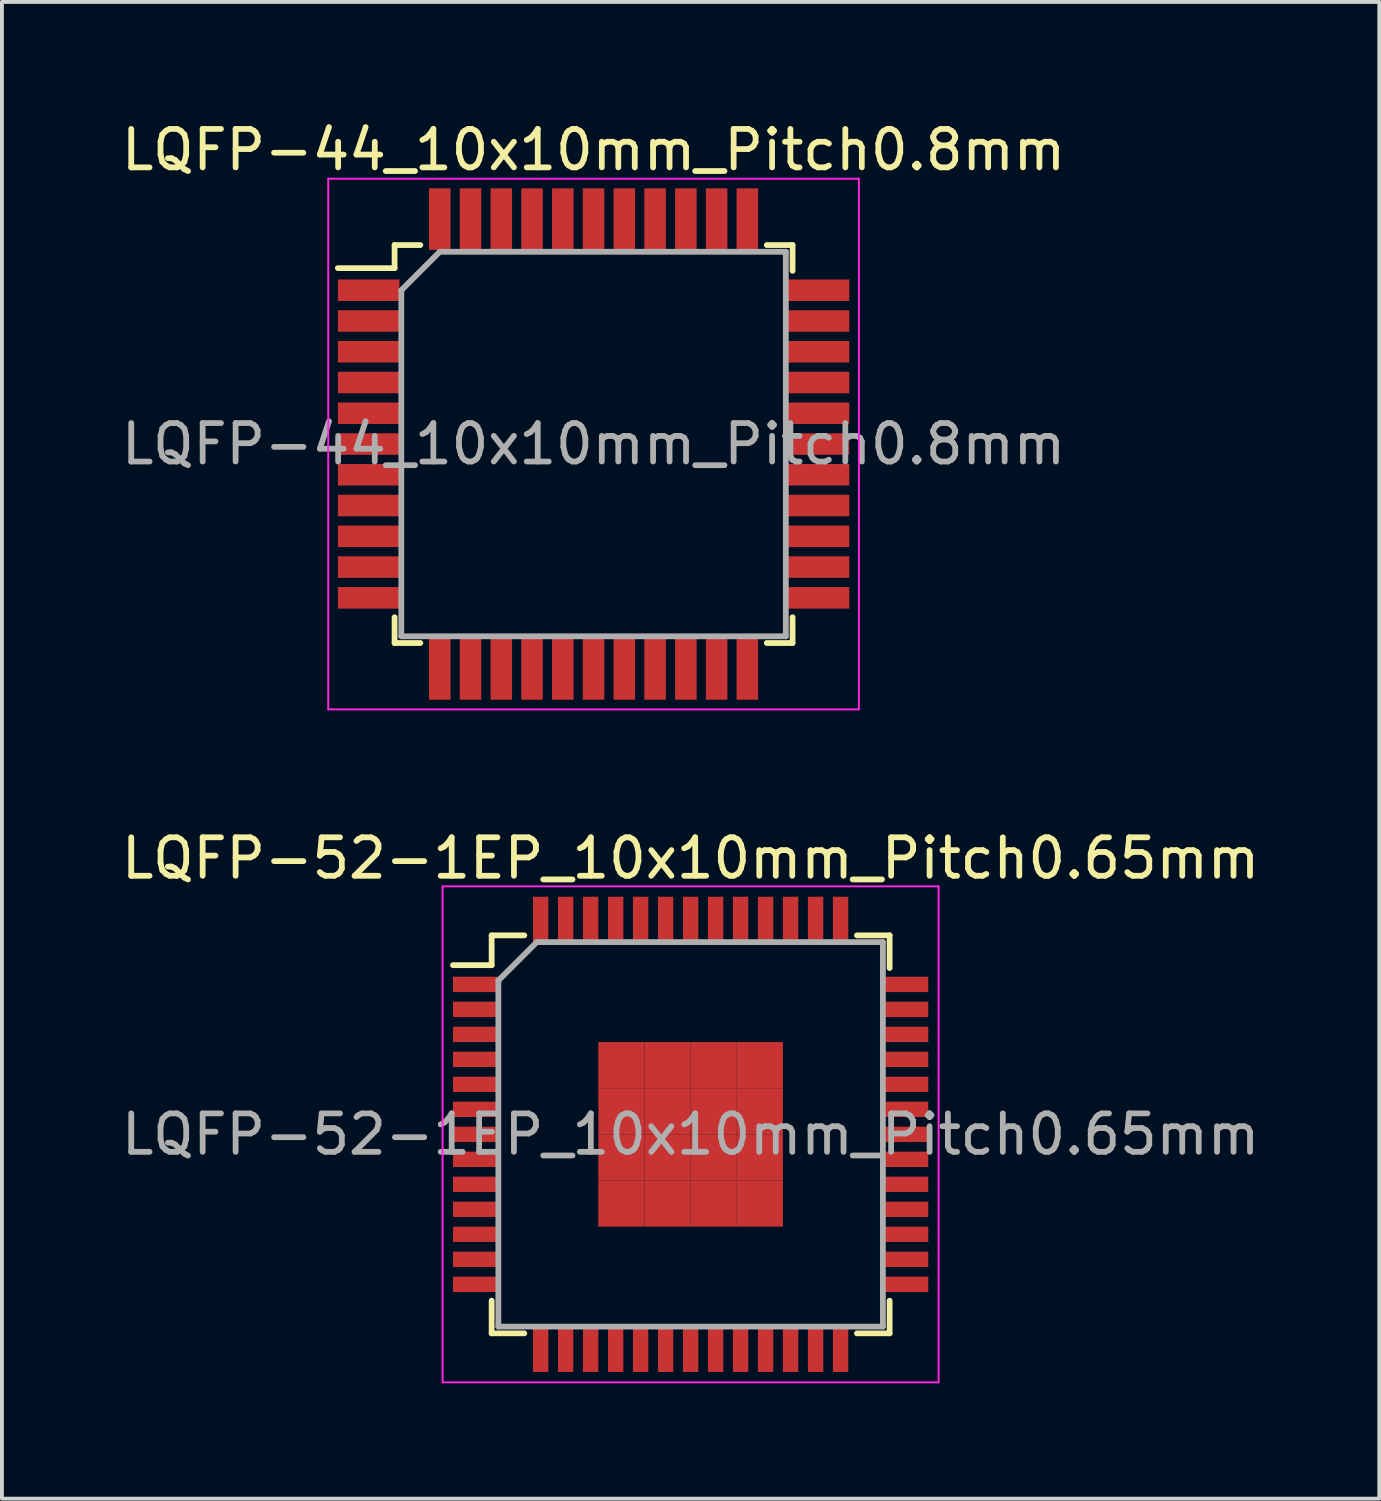
<source format=kicad_pcb>
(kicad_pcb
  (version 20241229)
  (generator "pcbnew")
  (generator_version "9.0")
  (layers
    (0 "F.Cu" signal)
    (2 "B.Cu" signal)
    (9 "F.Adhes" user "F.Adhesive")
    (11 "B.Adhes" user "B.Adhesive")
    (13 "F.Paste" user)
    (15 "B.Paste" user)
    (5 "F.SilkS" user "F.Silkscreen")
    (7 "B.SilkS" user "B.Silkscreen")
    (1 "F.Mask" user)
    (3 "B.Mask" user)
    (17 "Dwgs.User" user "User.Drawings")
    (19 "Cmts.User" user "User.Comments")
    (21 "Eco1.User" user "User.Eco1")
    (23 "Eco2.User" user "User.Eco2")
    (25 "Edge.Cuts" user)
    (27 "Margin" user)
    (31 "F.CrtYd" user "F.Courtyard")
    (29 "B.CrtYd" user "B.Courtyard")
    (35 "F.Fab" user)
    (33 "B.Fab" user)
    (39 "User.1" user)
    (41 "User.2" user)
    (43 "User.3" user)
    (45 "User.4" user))
  (footprint "LQFP-52-1EP_10x10mm_Pitch0.65mm"
    (layer "F.Cu")
    (at 14.911 26.451)
    (property "Reference" "LQFP-52-1EP_10x10mm_Pitch0.65mm" (at 0 -7.18 0) (layer "F.SilkS") (effects (font (size 1 1) (thickness 0.15))))
    (attr smd)
    (fp_line (start -5.175 -5.175) (end -5.175 -4.4) (stroke (width 0.15) (type solid)) (layer "F.SilkS"))
    (fp_line (start -5.175 -5.175) (end -4.325 -5.175) (stroke (width 0.15) (type solid)) (layer "F.SilkS"))
    (fp_line (start -5.175 -4.4) (end -6.18 -4.4) (stroke (width 0.15) (type solid)) (layer "F.SilkS"))
    (fp_line (start -5.175 5.175) (end -5.175 4.325) (stroke (width 0.15) (type solid)) (layer "F.SilkS"))
    (fp_line (start -5.175 5.175) (end -4.325 5.175) (stroke (width 0.15) (type solid)) (layer "F.SilkS"))
    (fp_line (start 5.175 -5.175) (end 4.325 -5.175) (stroke (width 0.15) (type solid)) (layer "F.SilkS"))
    (fp_line (start 5.175 -5.175) (end 5.175 -4.325) (stroke (width 0.15) (type solid)) (layer "F.SilkS"))
    (fp_line (start 5.175 5.175) (end 4.325 5.175) (stroke (width 0.15) (type solid)) (layer "F.SilkS"))
    (fp_line (start 5.175 5.175) (end 5.175 4.325) (stroke (width 0.15) (type solid)) (layer "F.SilkS"))
    (fp_line (start -6.45 -6.45) (end -6.45 6.45) (stroke (width 0.05) (type solid)) (layer "F.CrtYd"))
    (fp_line (start -6.45 -6.45) (end 6.45 -6.45) (stroke (width 0.05) (type solid)) (layer "F.CrtYd"))
    (fp_line (start -6.45 6.45) (end 6.45 6.45) (stroke (width 0.05) (type solid)) (layer "F.CrtYd"))
    (fp_line (start 6.45 -6.45) (end 6.45 6.45) (stroke (width 0.05) (type solid)) (layer "F.CrtYd"))
    (fp_line (start -5 -4) (end -4 -5) (stroke (width 0.15) (type solid)) (layer "F.Fab"))
    (fp_line (start -5 5) (end -5 -4) (stroke (width 0.15) (type solid)) (layer "F.Fab"))
    (fp_line (start -4 -5) (end 5 -5) (stroke (width 0.15) (type solid)) (layer "F.Fab"))
    (fp_line (start 5 -5) (end 5 5) (stroke (width 0.15) (type solid)) (layer "F.Fab"))
    (fp_line (start 5 5) (end -5 5) (stroke (width 0.15) (type solid)) (layer "F.Fab"))
    (fp_text user "${REFERENCE}" (at 0 0 0) (layer "F.Fab") (effects (font (size 1 1) (thickness 0.15))))
    (pad "1" smd rect (at -5.59 -3.9) (size 1.18 0.4) (layers "F.Cu" "F.Mask" "F.Paste"))
    (pad "2" smd rect (at -5.59 -3.25) (size 1.18 0.4) (layers "F.Cu" "F.Mask" "F.Paste"))
    (pad "3" smd rect (at -5.59 -2.6) (size 1.18 0.4) (layers "F.Cu" "F.Mask" "F.Paste"))
    (pad "4" smd rect (at -5.59 -1.95) (size 1.18 0.4) (layers "F.Cu" "F.Mask" "F.Paste"))
    (pad "5" smd rect (at -5.59 -1.3) (size 1.18 0.4) (layers "F.Cu" "F.Mask" "F.Paste"))
    (pad "6" smd rect (at -5.59 -0.65) (size 1.18 0.4) (layers "F.Cu" "F.Mask" "F.Paste"))
    (pad "7" smd rect (at -5.59 0) (size 1.18 0.4) (layers "F.Cu" "F.Mask" "F.Paste"))
    (pad "8" smd rect (at -5.59 0.65) (size 1.18 0.4) (layers "F.Cu" "F.Mask" "F.Paste"))
    (pad "9" smd rect (at -5.59 1.3) (size 1.18 0.4) (layers "F.Cu" "F.Mask" "F.Paste"))
    (pad "10" smd rect (at -5.59 1.95) (size 1.18 0.4) (layers "F.Cu" "F.Mask" "F.Paste"))
    (pad "11" smd rect (at -5.59 2.6) (size 1.18 0.4) (layers "F.Cu" "F.Mask" "F.Paste"))
    (pad "12" smd rect (at -5.59 3.25) (size 1.18 0.4) (layers "F.Cu" "F.Mask" "F.Paste"))
    (pad "13" smd rect (at -5.59 3.9) (size 1.18 0.4) (layers "F.Cu" "F.Mask" "F.Paste"))
    (pad "14" smd rect (at -3.9 5.59 90) (size 1.18 0.4) (layers "F.Cu" "F.Mask" "F.Paste"))
    (pad "15" smd rect (at -3.25 5.59 90) (size 1.18 0.4) (layers "F.Cu" "F.Mask" "F.Paste"))
    (pad "16" smd rect (at -2.6 5.59 90) (size 1.18 0.4) (layers "F.Cu" "F.Mask" "F.Paste"))
    (pad "17" smd rect (at -1.95 5.59 90) (size 1.18 0.4) (layers "F.Cu" "F.Mask" "F.Paste"))
    (pad "18" smd rect (at -1.3 5.59 90) (size 1.18 0.4) (layers "F.Cu" "F.Mask" "F.Paste"))
    (pad "19" smd rect (at -0.65 5.59 90) (size 1.18 0.4) (layers "F.Cu" "F.Mask" "F.Paste"))
    (pad "20" smd rect (at 0 5.59 90) (size 1.18 0.4) (layers "F.Cu" "F.Mask" "F.Paste"))
    (pad "21" smd rect (at 0.65 5.59 90) (size 1.18 0.4) (layers "F.Cu" "F.Mask" "F.Paste"))
    (pad "22" smd rect (at 1.3 5.59 90) (size 1.18 0.4) (layers "F.Cu" "F.Mask" "F.Paste"))
    (pad "23" smd rect (at 1.95 5.59 90) (size 1.18 0.4) (layers "F.Cu" "F.Mask" "F.Paste"))
    (pad "24" smd rect (at 2.6 5.59 90) (size 1.18 0.4) (layers "F.Cu" "F.Mask" "F.Paste"))
    (pad "25" smd rect (at 3.25 5.59 90) (size 1.18 0.4) (layers "F.Cu" "F.Mask" "F.Paste"))
    (pad "26" smd rect (at 3.9 5.59 90) (size 1.18 0.4) (layers "F.Cu" "F.Mask" "F.Paste"))
    (pad "27" smd rect (at 5.59 3.9) (size 1.18 0.4) (layers "F.Cu" "F.Mask" "F.Paste"))
    (pad "28" smd rect (at 5.59 3.25) (size 1.18 0.4) (layers "F.Cu" "F.Mask" "F.Paste"))
    (pad "29" smd rect (at 5.59 2.6) (size 1.18 0.4) (layers "F.Cu" "F.Mask" "F.Paste"))
    (pad "30" smd rect (at 5.59 1.95) (size 1.18 0.4) (layers "F.Cu" "F.Mask" "F.Paste"))
    (pad "31" smd rect (at 5.59 1.3) (size 1.18 0.4) (layers "F.Cu" "F.Mask" "F.Paste"))
    (pad "32" smd rect (at 5.59 0.65) (size 1.18 0.4) (layers "F.Cu" "F.Mask" "F.Paste"))
    (pad "33" smd rect (at 5.59 0) (size 1.18 0.4) (layers "F.Cu" "F.Mask" "F.Paste"))
    (pad "34" smd rect (at 5.59 -0.65) (size 1.18 0.4) (layers "F.Cu" "F.Mask" "F.Paste"))
    (pad "35" smd rect (at 5.59 -1.3) (size 1.18 0.4) (layers "F.Cu" "F.Mask" "F.Paste"))
    (pad "36" smd rect (at 5.59 -1.95) (size 1.18 0.4) (layers "F.Cu" "F.Mask" "F.Paste"))
    (pad "37" smd rect (at 5.59 -2.6) (size 1.18 0.4) (layers "F.Cu" "F.Mask" "F.Paste"))
    (pad "38" smd rect (at 5.59 -3.25) (size 1.18 0.4) (layers "F.Cu" "F.Mask" "F.Paste"))
    (pad "39" smd rect (at 5.59 -3.9) (size 1.18 0.4) (layers "F.Cu" "F.Mask" "F.Paste"))
    (pad "40" smd rect (at 3.9 -5.59 90) (size 1.18 0.4) (layers "F.Cu" "F.Mask" "F.Paste"))
    (pad "41" smd rect (at 3.25 -5.59 90) (size 1.18 0.4) (layers "F.Cu" "F.Mask" "F.Paste"))
    (pad "42" smd rect (at 2.6 -5.59 90) (size 1.18 0.4) (layers "F.Cu" "F.Mask" "F.Paste"))
    (pad "43" smd rect (at 1.95 -5.59 90) (size 1.18 0.4) (layers "F.Cu" "F.Mask" "F.Paste"))
    (pad "44" smd rect (at 1.3 -5.59 90) (size 1.18 0.4) (layers "F.Cu" "F.Mask" "F.Paste"))
    (pad "45" smd rect (at 0.65 -5.59 90) (size 1.18 0.4) (layers "F.Cu" "F.Mask" "F.Paste"))
    (pad "46" smd rect (at 0 -5.59 90) (size 1.18 0.4) (layers "F.Cu" "F.Mask" "F.Paste"))
    (pad "47" smd rect (at -0.65 -5.59 90) (size 1.18 0.4) (layers "F.Cu" "F.Mask" "F.Paste"))
    (pad "48" smd rect (at -1.3 -5.59 90) (size 1.18 0.4) (layers "F.Cu" "F.Mask" "F.Paste"))
    (pad "49" smd rect (at -1.95 -5.59 90) (size 1.18 0.4) (layers "F.Cu" "F.Mask" "F.Paste"))
    (pad "50" smd rect (at -2.6 -5.59 90) (size 1.18 0.4) (layers "F.Cu" "F.Mask" "F.Paste"))
    (pad "51" smd rect (at -3.25 -5.59 90) (size 1.18 0.4) (layers "F.Cu" "F.Mask" "F.Paste"))
    (pad "52" smd rect (at -3.9 -5.59 90) (size 1.18 0.4) (layers "F.Cu" "F.Mask" "F.Paste"))
    (pad "53" smd rect (at -1.8 -1.8) (size 1.2 1.2) (layers "F.Cu" "F.Mask" "F.Paste"))
    (pad "53" smd rect (at -1.8 -0.6) (size 1.2 1.2) (layers "F.Cu" "F.Mask" "F.Paste"))
    (pad "53" smd rect (at -1.8 0.6) (size 1.2 1.2) (layers "F.Cu" "F.Mask" "F.Paste"))
    (pad "53" smd rect (at -1.8 1.8) (size 1.2 1.2) (layers "F.Cu" "F.Mask" "F.Paste"))
    (pad "53" smd rect (at -0.6 -1.8) (size 1.2 1.2) (layers "F.Cu" "F.Mask" "F.Paste"))
    (pad "53" smd rect (at -0.6 -0.6) (size 1.2 1.2) (layers "F.Cu" "F.Mask" "F.Paste"))
    (pad "53" smd rect (at -0.6 0.6) (size 1.2 1.2) (layers "F.Cu" "F.Mask" "F.Paste"))
    (pad "53" smd rect (at -0.6 1.8) (size 1.2 1.2) (layers "F.Cu" "F.Mask" "F.Paste"))
    (pad "53" smd rect (at 0.6 -1.8) (size 1.2 1.2) (layers "F.Cu" "F.Mask" "F.Paste"))
    (pad "53" smd rect (at 0.6 -0.6) (size 1.2 1.2) (layers "F.Cu" "F.Mask" "F.Paste"))
    (pad "53" smd rect (at 0.6 0.6) (size 1.2 1.2) (layers "F.Cu" "F.Mask" "F.Paste"))
    (pad "53" smd rect (at 0.6 1.8) (size 1.2 1.2) (layers "F.Cu" "F.Mask" "F.Paste"))
    (pad "53" smd rect (at 1.8 -1.8) (size 1.2 1.2) (layers "F.Cu" "F.Mask" "F.Paste"))
    (pad "53" smd rect (at 1.8 -0.6) (size 1.2 1.2) (layers "F.Cu" "F.Mask" "F.Paste"))
    (pad "53" smd rect (at 1.8 0.6) (size 1.2 1.2) (layers "F.Cu" "F.Mask" "F.Paste"))
    (pad "53" smd rect (at 1.8 1.8) (size 1.2 1.2) (layers "F.Cu" "F.Mask" "F.Paste")))
  (footprint "LQFP-44_10x10mm_Pitch0.8mm"
    (layer "F.Cu")
    (at 12.387 8.498)
    (property "Reference" "LQFP-44_10x10mm_Pitch0.8mm" (at 0 -7.65 0) (layer "F.SilkS") (effects (font (size 1 1) (thickness 0.15))))
    (attr smd)
    (fp_line (start -5.175 -5.175) (end -5.175 -4.575) (stroke (width 0.15) (type solid)) (layer "F.SilkS"))
    (fp_line (start -5.175 -5.175) (end -4.505 -5.175) (stroke (width 0.15) (type solid)) (layer "F.SilkS"))
    (fp_line (start -5.175 -4.575) (end -6.65 -4.575) (stroke (width 0.15) (type solid)) (layer "F.SilkS"))
    (fp_line (start -5.175 5.175) (end -5.175 4.505) (stroke (width 0.15) (type solid)) (layer "F.SilkS"))
    (fp_line (start -5.175 5.175) (end -4.505 5.175) (stroke (width 0.15) (type solid)) (layer "F.SilkS"))
    (fp_line (start 5.175 -5.175) (end 4.505 -5.175) (stroke (width 0.15) (type solid)) (layer "F.SilkS"))
    (fp_line (start 5.175 -5.175) (end 5.175 -4.505) (stroke (width 0.15) (type solid)) (layer "F.SilkS"))
    (fp_line (start 5.175 5.175) (end 4.505 5.175) (stroke (width 0.15) (type solid)) (layer "F.SilkS"))
    (fp_line (start 5.175 5.175) (end 5.175 4.505) (stroke (width 0.15) (type solid)) (layer "F.SilkS"))
    (fp_line (start -6.9 -6.9) (end -6.9 6.9) (stroke (width 0.05) (type solid)) (layer "F.CrtYd"))
    (fp_line (start -6.9 -6.9) (end 6.9 -6.9) (stroke (width 0.05) (type solid)) (layer "F.CrtYd"))
    (fp_line (start -6.9 6.9) (end 6.9 6.9) (stroke (width 0.05) (type solid)) (layer "F.CrtYd"))
    (fp_line (start 6.9 -6.9) (end 6.9 6.9) (stroke (width 0.05) (type solid)) (layer "F.CrtYd"))
    (fp_line (start -5 -4) (end -4 -5) (stroke (width 0.15) (type solid)) (layer "F.Fab"))
    (fp_line (start -5 5) (end -5 -4) (stroke (width 0.15) (type solid)) (layer "F.Fab"))
    (fp_line (start -4 -5) (end 5 -5) (stroke (width 0.15) (type solid)) (layer "F.Fab"))
    (fp_line (start 5 -5) (end 5 5) (stroke (width 0.15) (type solid)) (layer "F.Fab"))
    (fp_line (start 5 5) (end -5 5) (stroke (width 0.15) (type solid)) (layer "F.Fab"))
    (fp_text user "${REFERENCE}" (at 0 0 0) (layer "F.Fab") (effects (font (size 1 1) (thickness 0.15))))
    (pad "1" smd rect (at -5.85 -4) (size 1.6 0.56) (layers "F.Cu" "F.Mask" "F.Paste"))
    (pad "2" smd rect (at -5.85 -3.2) (size 1.6 0.56) (layers "F.Cu" "F.Mask" "F.Paste"))
    (pad "3" smd rect (at -5.85 -2.4) (size 1.6 0.56) (layers "F.Cu" "F.Mask" "F.Paste"))
    (pad "4" smd rect (at -5.85 -1.6) (size 1.6 0.56) (layers "F.Cu" "F.Mask" "F.Paste"))
    (pad "5" smd rect (at -5.85 -0.8) (size 1.6 0.56) (layers "F.Cu" "F.Mask" "F.Paste"))
    (pad "6" smd rect (at -5.85 0) (size 1.6 0.56) (layers "F.Cu" "F.Mask" "F.Paste"))
    (pad "7" smd rect (at -5.85 0.8) (size 1.6 0.56) (layers "F.Cu" "F.Mask" "F.Paste"))
    (pad "8" smd rect (at -5.85 1.6) (size 1.6 0.56) (layers "F.Cu" "F.Mask" "F.Paste"))
    (pad "9" smd rect (at -5.85 2.4) (size 1.6 0.56) (layers "F.Cu" "F.Mask" "F.Paste"))
    (pad "10" smd rect (at -5.85 3.2) (size 1.6 0.56) (layers "F.Cu" "F.Mask" "F.Paste"))
    (pad "11" smd rect (at -5.85 4) (size 1.6 0.56) (layers "F.Cu" "F.Mask" "F.Paste"))
    (pad "12" smd rect (at -4 5.85 90) (size 1.6 0.56) (layers "F.Cu" "F.Mask" "F.Paste"))
    (pad "13" smd rect (at -3.2 5.85 90) (size 1.6 0.56) (layers "F.Cu" "F.Mask" "F.Paste"))
    (pad "14" smd rect (at -2.4 5.85 90) (size 1.6 0.56) (layers "F.Cu" "F.Mask" "F.Paste"))
    (pad "15" smd rect (at -1.6 5.85 90) (size 1.6 0.56) (layers "F.Cu" "F.Mask" "F.Paste"))
    (pad "16" smd rect (at -0.8 5.85 90) (size 1.6 0.56) (layers "F.Cu" "F.Mask" "F.Paste"))
    (pad "17" smd rect (at 0 5.85 90) (size 1.6 0.56) (layers "F.Cu" "F.Mask" "F.Paste"))
    (pad "18" smd rect (at 0.8 5.85 90) (size 1.6 0.56) (layers "F.Cu" "F.Mask" "F.Paste"))
    (pad "19" smd rect (at 1.6 5.85 90) (size 1.6 0.56) (layers "F.Cu" "F.Mask" "F.Paste"))
    (pad "20" smd rect (at 2.4 5.85 90) (size 1.6 0.56) (layers "F.Cu" "F.Mask" "F.Paste"))
    (pad "21" smd rect (at 3.2 5.85 90) (size 1.6 0.56) (layers "F.Cu" "F.Mask" "F.Paste"))
    (pad "22" smd rect (at 4 5.85 90) (size 1.6 0.56) (layers "F.Cu" "F.Mask" "F.Paste"))
    (pad "23" smd rect (at 5.85 4) (size 1.6 0.56) (layers "F.Cu" "F.Mask" "F.Paste"))
    (pad "24" smd rect (at 5.85 3.2) (size 1.6 0.56) (layers "F.Cu" "F.Mask" "F.Paste"))
    (pad "25" smd rect (at 5.85 2.4) (size 1.6 0.56) (layers "F.Cu" "F.Mask" "F.Paste"))
    (pad "26" smd rect (at 5.85 1.6) (size 1.6 0.56) (layers "F.Cu" "F.Mask" "F.Paste"))
    (pad "27" smd rect (at 5.85 0.8) (size 1.6 0.56) (layers "F.Cu" "F.Mask" "F.Paste"))
    (pad "28" smd rect (at 5.85 0) (size 1.6 0.56) (layers "F.Cu" "F.Mask" "F.Paste"))
    (pad "29" smd rect (at 5.85 -0.8) (size 1.6 0.56) (layers "F.Cu" "F.Mask" "F.Paste"))
    (pad "30" smd rect (at 5.85 -1.6) (size 1.6 0.56) (layers "F.Cu" "F.Mask" "F.Paste"))
    (pad "31" smd rect (at 5.85 -2.4) (size 1.6 0.56) (layers "F.Cu" "F.Mask" "F.Paste"))
    (pad "32" smd rect (at 5.85 -3.2) (size 1.6 0.56) (layers "F.Cu" "F.Mask" "F.Paste"))
    (pad "33" smd rect (at 5.85 -4) (size 1.6 0.56) (layers "F.Cu" "F.Mask" "F.Paste"))
    (pad "34" smd rect (at 4 -5.85 90) (size 1.6 0.56) (layers "F.Cu" "F.Mask" "F.Paste"))
    (pad "35" smd rect (at 3.2 -5.85 90) (size 1.6 0.56) (layers "F.Cu" "F.Mask" "F.Paste"))
    (pad "36" smd rect (at 2.4 -5.85 90) (size 1.6 0.56) (layers "F.Cu" "F.Mask" "F.Paste"))
    (pad "37" smd rect (at 1.6 -5.85 90) (size 1.6 0.56) (layers "F.Cu" "F.Mask" "F.Paste"))
    (pad "38" smd rect (at 0.8 -5.85 90) (size 1.6 0.56) (layers "F.Cu" "F.Mask" "F.Paste"))
    (pad "39" smd rect (at 0 -5.85 90) (size 1.6 0.56) (layers "F.Cu" "F.Mask" "F.Paste"))
    (pad "40" smd rect (at -0.8 -5.85 90) (size 1.6 0.56) (layers "F.Cu" "F.Mask" "F.Paste"))
    (pad "41" smd rect (at -1.6 -5.85 90) (size 1.6 0.56) (layers "F.Cu" "F.Mask" "F.Paste"))
    (pad "42" smd rect (at -2.4 -5.85 90) (size 1.6 0.56) (layers "F.Cu" "F.Mask" "F.Paste"))
    (pad "43" smd rect (at -3.2 -5.85 90) (size 1.6 0.56) (layers "F.Cu" "F.Mask" "F.Paste"))
    (pad "44" smd rect (at -4 -5.85 90) (size 1.6 0.56) (layers "F.Cu" "F.Mask" "F.Paste")))
  (gr_rect
    (start -3 -3)
    (end 32.821 35.926)
    (stroke (width 0.1) (type default))
    (fill no)
    (layer "Edge.Cuts")))
</source>
